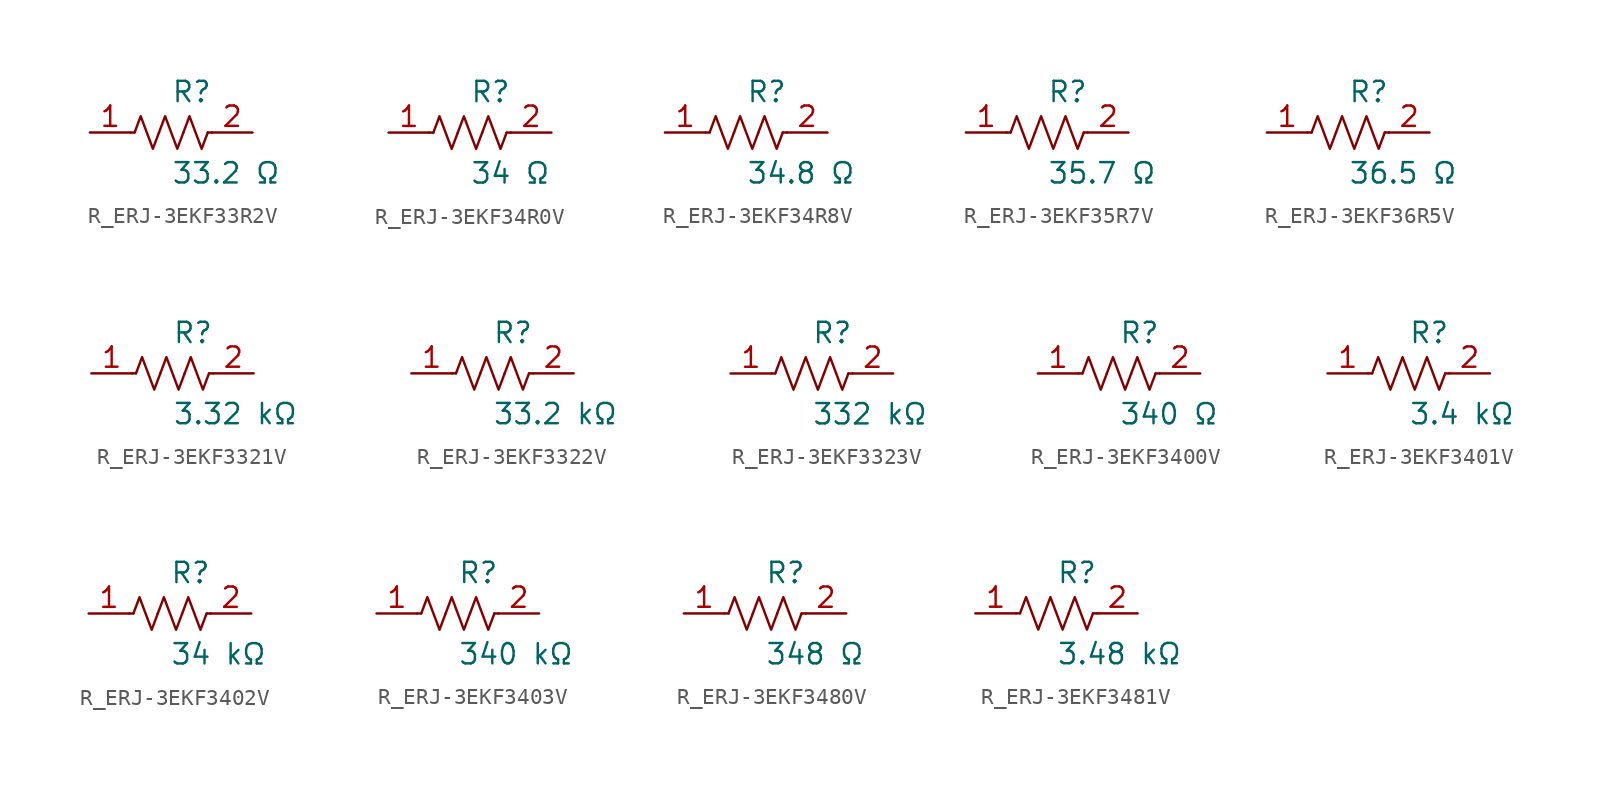
<source format=kicad_sym>
(kicad_symbol_lib
  (version 20231120)
  (generator "kicad_symbol_editor")
  (generator_version "8.0")
  (symbol "R_ERJ-3EKF33R2V"
    (pin_names
      (offset 0.254))
    (property "Reference" "R"
      (at 0 2.54 0)
      (effects (font (size 1.27 1.27)) (justify left)))
    (property "Value" "33.2 Ω"
      (at 0 -2.54 0)
      (effects (font (size 1.27 1.27)) (justify left)))
    (symbol "R_ERJ-3EKF33R2V_0_1"
      (polyline (pts (xy 2.286 0) (xy 2.54 0)) (stroke (width 0) (type default)) (fill (type none)))
      (polyline (pts (xy -2.286 0) (xy -2.54 0)) (stroke (width 0) (type default)) (fill (type none)))
      (polyline (pts (xy 0.762 0) (xy 1.143 1.016) (xy 1.524 0) (xy 1.905 -1.016) (xy 2.286 0)) (stroke (width 0) (type default)) (fill (type none)))
      (polyline (pts (xy -0.762 0) (xy -0.381 1.016) (xy 0 0) (xy 0.381 -1.016) (xy 0.762 0)) (stroke (width 0) (type default)) (fill (type none)))
      (polyline (pts (xy -2.286 0) (xy -1.905 1.016) (xy -1.524 0) (xy -1.143 -1.016) (xy -0.762 0)) (stroke (width 0) (type default)) (fill (type none))))
    (pin unspecified line
      (at -5.08 0 0)
      (length 2.54)
      (name "" (effects (font (size 1.27 1.27))))
      (number "1" (effects (font (size 1.27 1.27)))))
    (pin unspecified line
      (at 5.08 0 180)
      (length 2.54)
      (name "" (effects (font (size 1.27 1.27))))
      (number "2" (effects (font (size 1.27 1.27))))))
  (symbol "R_ERJ-3EKF34R0V"
    (pin_names
      (offset 0.254))
    (property "Reference" "R"
      (at 0 2.54 0)
      (effects (font (size 1.27 1.27)) (justify left)))
    (property "Value" "34 Ω"
      (at 0 -2.54 0)
      (effects (font (size 1.27 1.27)) (justify left)))
    (symbol "R_ERJ-3EKF34R0V_0_1"
      (polyline (pts (xy 2.286 0) (xy 2.54 0)) (stroke (width 0) (type default)) (fill (type none)))
      (polyline (pts (xy -2.286 0) (xy -2.54 0)) (stroke (width 0) (type default)) (fill (type none)))
      (polyline (pts (xy 0.762 0) (xy 1.143 1.016) (xy 1.524 0) (xy 1.905 -1.016) (xy 2.286 0)) (stroke (width 0) (type default)) (fill (type none)))
      (polyline (pts (xy -0.762 0) (xy -0.381 1.016) (xy 0 0) (xy 0.381 -1.016) (xy 0.762 0)) (stroke (width 0) (type default)) (fill (type none)))
      (polyline (pts (xy -2.286 0) (xy -1.905 1.016) (xy -1.524 0) (xy -1.143 -1.016) (xy -0.762 0)) (stroke (width 0) (type default)) (fill (type none))))
    (pin unspecified line
      (at -5.08 0 0)
      (length 2.54)
      (name "" (effects (font (size 1.27 1.27))))
      (number "1" (effects (font (size 1.27 1.27)))))
    (pin unspecified line
      (at 5.08 0 180)
      (length 2.54)
      (name "" (effects (font (size 1.27 1.27))))
      (number "2" (effects (font (size 1.27 1.27))))))
  (symbol "R_ERJ-3EKF34R8V"
    (pin_names
      (offset 0.254))
    (property "Reference" "R"
      (at 0 2.54 0)
      (effects (font (size 1.27 1.27)) (justify left)))
    (property "Value" "34.8 Ω"
      (at 0 -2.54 0)
      (effects (font (size 1.27 1.27)) (justify left)))
    (symbol "R_ERJ-3EKF34R8V_0_1"
      (polyline (pts (xy 2.286 0) (xy 2.54 0)) (stroke (width 0) (type default)) (fill (type none)))
      (polyline (pts (xy -2.286 0) (xy -2.54 0)) (stroke (width 0) (type default)) (fill (type none)))
      (polyline (pts (xy 0.762 0) (xy 1.143 1.016) (xy 1.524 0) (xy 1.905 -1.016) (xy 2.286 0)) (stroke (width 0) (type default)) (fill (type none)))
      (polyline (pts (xy -0.762 0) (xy -0.381 1.016) (xy 0 0) (xy 0.381 -1.016) (xy 0.762 0)) (stroke (width 0) (type default)) (fill (type none)))
      (polyline (pts (xy -2.286 0) (xy -1.905 1.016) (xy -1.524 0) (xy -1.143 -1.016) (xy -0.762 0)) (stroke (width 0) (type default)) (fill (type none))))
    (pin unspecified line
      (at -5.08 0 0)
      (length 2.54)
      (name "" (effects (font (size 1.27 1.27))))
      (number "1" (effects (font (size 1.27 1.27)))))
    (pin unspecified line
      (at 5.08 0 180)
      (length 2.54)
      (name "" (effects (font (size 1.27 1.27))))
      (number "2" (effects (font (size 1.27 1.27))))))
  (symbol "R_ERJ-3EKF35R7V"
    (pin_names
      (offset 0.254))
    (property "Reference" "R"
      (at 0 2.54 0)
      (effects (font (size 1.27 1.27)) (justify left)))
    (property "Value" "35.7 Ω"
      (at 0 -2.54 0)
      (effects (font (size 1.27 1.27)) (justify left)))
    (symbol "R_ERJ-3EKF35R7V_0_1"
      (polyline (pts (xy 2.286 0) (xy 2.54 0)) (stroke (width 0) (type default)) (fill (type none)))
      (polyline (pts (xy -2.286 0) (xy -2.54 0)) (stroke (width 0) (type default)) (fill (type none)))
      (polyline (pts (xy 0.762 0) (xy 1.143 1.016) (xy 1.524 0) (xy 1.905 -1.016) (xy 2.286 0)) (stroke (width 0) (type default)) (fill (type none)))
      (polyline (pts (xy -0.762 0) (xy -0.381 1.016) (xy 0 0) (xy 0.381 -1.016) (xy 0.762 0)) (stroke (width 0) (type default)) (fill (type none)))
      (polyline (pts (xy -2.286 0) (xy -1.905 1.016) (xy -1.524 0) (xy -1.143 -1.016) (xy -0.762 0)) (stroke (width 0) (type default)) (fill (type none))))
    (pin unspecified line
      (at -5.08 0 0)
      (length 2.54)
      (name "" (effects (font (size 1.27 1.27))))
      (number "1" (effects (font (size 1.27 1.27)))))
    (pin unspecified line
      (at 5.08 0 180)
      (length 2.54)
      (name "" (effects (font (size 1.27 1.27))))
      (number "2" (effects (font (size 1.27 1.27))))))
  (symbol "R_ERJ-3EKF36R5V"
    (pin_names
      (offset 0.254))
    (property "Reference" "R"
      (at 0 2.54 0)
      (effects (font (size 1.27 1.27)) (justify left)))
    (property "Value" "36.5 Ω"
      (at 0 -2.54 0)
      (effects (font (size 1.27 1.27)) (justify left)))
    (symbol "R_ERJ-3EKF36R5V_0_1"
      (polyline (pts (xy 2.286 0) (xy 2.54 0)) (stroke (width 0) (type default)) (fill (type none)))
      (polyline (pts (xy -2.286 0) (xy -2.54 0)) (stroke (width 0) (type default)) (fill (type none)))
      (polyline (pts (xy 0.762 0) (xy 1.143 1.016) (xy 1.524 0) (xy 1.905 -1.016) (xy 2.286 0)) (stroke (width 0) (type default)) (fill (type none)))
      (polyline (pts (xy -0.762 0) (xy -0.381 1.016) (xy 0 0) (xy 0.381 -1.016) (xy 0.762 0)) (stroke (width 0) (type default)) (fill (type none)))
      (polyline (pts (xy -2.286 0) (xy -1.905 1.016) (xy -1.524 0) (xy -1.143 -1.016) (xy -0.762 0)) (stroke (width 0) (type default)) (fill (type none))))
    (pin unspecified line
      (at -5.08 0 0)
      (length 2.54)
      (name "" (effects (font (size 1.27 1.27))))
      (number "1" (effects (font (size 1.27 1.27)))))
    (pin unspecified line
      (at 5.08 0 180)
      (length 2.54)
      (name "" (effects (font (size 1.27 1.27))))
      (number "2" (effects (font (size 1.27 1.27))))))
  (symbol "R_ERJ-3EKF3321V"
    (pin_names
      (offset 0.254))
    (property "Reference" "R"
      (at 0 2.54 0)
      (effects (font (size 1.27 1.27)) (justify left)))
    (property "Value" "3.32 kΩ"
      (at 0 -2.54 0)
      (effects (font (size 1.27 1.27)) (justify left)))
    (symbol "R_ERJ-3EKF3321V_0_1"
      (polyline (pts (xy 2.286 0) (xy 2.54 0)) (stroke (width 0) (type default)) (fill (type none)))
      (polyline (pts (xy -2.286 0) (xy -2.54 0)) (stroke (width 0) (type default)) (fill (type none)))
      (polyline (pts (xy 0.762 0) (xy 1.143 1.016) (xy 1.524 0) (xy 1.905 -1.016) (xy 2.286 0)) (stroke (width 0) (type default)) (fill (type none)))
      (polyline (pts (xy -0.762 0) (xy -0.381 1.016) (xy 0 0) (xy 0.381 -1.016) (xy 0.762 0)) (stroke (width 0) (type default)) (fill (type none)))
      (polyline (pts (xy -2.286 0) (xy -1.905 1.016) (xy -1.524 0) (xy -1.143 -1.016) (xy -0.762 0)) (stroke (width 0) (type default)) (fill (type none))))
    (pin unspecified line
      (at -5.08 0 0)
      (length 2.54)
      (name "" (effects (font (size 1.27 1.27))))
      (number "1" (effects (font (size 1.27 1.27)))))
    (pin unspecified line
      (at 5.08 0 180)
      (length 2.54)
      (name "" (effects (font (size 1.27 1.27))))
      (number "2" (effects (font (size 1.27 1.27))))))
  (symbol "R_ERJ-3EKF3322V"
    (pin_names
      (offset 0.254))
    (property "Reference" "R"
      (at 0 2.54 0)
      (effects (font (size 1.27 1.27)) (justify left)))
    (property "Value" "33.2 kΩ"
      (at 0 -2.54 0)
      (effects (font (size 1.27 1.27)) (justify left)))
    (symbol "R_ERJ-3EKF3322V_0_1"
      (polyline (pts (xy 2.286 0) (xy 2.54 0)) (stroke (width 0) (type default)) (fill (type none)))
      (polyline (pts (xy -2.286 0) (xy -2.54 0)) (stroke (width 0) (type default)) (fill (type none)))
      (polyline (pts (xy 0.762 0) (xy 1.143 1.016) (xy 1.524 0) (xy 1.905 -1.016) (xy 2.286 0)) (stroke (width 0) (type default)) (fill (type none)))
      (polyline (pts (xy -0.762 0) (xy -0.381 1.016) (xy 0 0) (xy 0.381 -1.016) (xy 0.762 0)) (stroke (width 0) (type default)) (fill (type none)))
      (polyline (pts (xy -2.286 0) (xy -1.905 1.016) (xy -1.524 0) (xy -1.143 -1.016) (xy -0.762 0)) (stroke (width 0) (type default)) (fill (type none))))
    (pin unspecified line
      (at -5.08 0 0)
      (length 2.54)
      (name "" (effects (font (size 1.27 1.27))))
      (number "1" (effects (font (size 1.27 1.27)))))
    (pin unspecified line
      (at 5.08 0 180)
      (length 2.54)
      (name "" (effects (font (size 1.27 1.27))))
      (number "2" (effects (font (size 1.27 1.27))))))
  (symbol "R_ERJ-3EKF3323V"
    (pin_names
      (offset 0.254))
    (property "Reference" "R"
      (at 0 2.54 0)
      (effects (font (size 1.27 1.27)) (justify left)))
    (property "Value" "332 kΩ"
      (at 0 -2.54 0)
      (effects (font (size 1.27 1.27)) (justify left)))
    (symbol "R_ERJ-3EKF3323V_0_1"
      (polyline (pts (xy 2.286 0) (xy 2.54 0)) (stroke (width 0) (type default)) (fill (type none)))
      (polyline (pts (xy -2.286 0) (xy -2.54 0)) (stroke (width 0) (type default)) (fill (type none)))
      (polyline (pts (xy 0.762 0) (xy 1.143 1.016) (xy 1.524 0) (xy 1.905 -1.016) (xy 2.286 0)) (stroke (width 0) (type default)) (fill (type none)))
      (polyline (pts (xy -0.762 0) (xy -0.381 1.016) (xy 0 0) (xy 0.381 -1.016) (xy 0.762 0)) (stroke (width 0) (type default)) (fill (type none)))
      (polyline (pts (xy -2.286 0) (xy -1.905 1.016) (xy -1.524 0) (xy -1.143 -1.016) (xy -0.762 0)) (stroke (width 0) (type default)) (fill (type none))))
    (pin unspecified line
      (at -5.08 0 0)
      (length 2.54)
      (name "" (effects (font (size 1.27 1.27))))
      (number "1" (effects (font (size 1.27 1.27)))))
    (pin unspecified line
      (at 5.08 0 180)
      (length 2.54)
      (name "" (effects (font (size 1.27 1.27))))
      (number "2" (effects (font (size 1.27 1.27))))))
  (symbol "R_ERJ-3EKF3400V"
    (pin_names
      (offset 0.254))
    (property "Reference" "R"
      (at 0 2.54 0)
      (effects (font (size 1.27 1.27)) (justify left)))
    (property "Value" "340 Ω"
      (at 0 -2.54 0)
      (effects (font (size 1.27 1.27)) (justify left)))
    (symbol "R_ERJ-3EKF3400V_0_1"
      (polyline (pts (xy 2.286 0) (xy 2.54 0)) (stroke (width 0) (type default)) (fill (type none)))
      (polyline (pts (xy -2.286 0) (xy -2.54 0)) (stroke (width 0) (type default)) (fill (type none)))
      (polyline (pts (xy 0.762 0) (xy 1.143 1.016) (xy 1.524 0) (xy 1.905 -1.016) (xy 2.286 0)) (stroke (width 0) (type default)) (fill (type none)))
      (polyline (pts (xy -0.762 0) (xy -0.381 1.016) (xy 0 0) (xy 0.381 -1.016) (xy 0.762 0)) (stroke (width 0) (type default)) (fill (type none)))
      (polyline (pts (xy -2.286 0) (xy -1.905 1.016) (xy -1.524 0) (xy -1.143 -1.016) (xy -0.762 0)) (stroke (width 0) (type default)) (fill (type none))))
    (pin unspecified line
      (at -5.08 0 0)
      (length 2.54)
      (name "" (effects (font (size 1.27 1.27))))
      (number "1" (effects (font (size 1.27 1.27)))))
    (pin unspecified line
      (at 5.08 0 180)
      (length 2.54)
      (name "" (effects (font (size 1.27 1.27))))
      (number "2" (effects (font (size 1.27 1.27))))))
  (symbol "R_ERJ-3EKF3401V"
    (pin_names
      (offset 0.254))
    (property "Reference" "R"
      (at 0 2.54 0)
      (effects (font (size 1.27 1.27)) (justify left)))
    (property "Value" "3.4 kΩ"
      (at 0 -2.54 0)
      (effects (font (size 1.27 1.27)) (justify left)))
    (symbol "R_ERJ-3EKF3401V_0_1"
      (polyline (pts (xy 2.286 0) (xy 2.54 0)) (stroke (width 0) (type default)) (fill (type none)))
      (polyline (pts (xy -2.286 0) (xy -2.54 0)) (stroke (width 0) (type default)) (fill (type none)))
      (polyline (pts (xy 0.762 0) (xy 1.143 1.016) (xy 1.524 0) (xy 1.905 -1.016) (xy 2.286 0)) (stroke (width 0) (type default)) (fill (type none)))
      (polyline (pts (xy -0.762 0) (xy -0.381 1.016) (xy 0 0) (xy 0.381 -1.016) (xy 0.762 0)) (stroke (width 0) (type default)) (fill (type none)))
      (polyline (pts (xy -2.286 0) (xy -1.905 1.016) (xy -1.524 0) (xy -1.143 -1.016) (xy -0.762 0)) (stroke (width 0) (type default)) (fill (type none))))
    (pin unspecified line
      (at -5.08 0 0)
      (length 2.54)
      (name "" (effects (font (size 1.27 1.27))))
      (number "1" (effects (font (size 1.27 1.27)))))
    (pin unspecified line
      (at 5.08 0 180)
      (length 2.54)
      (name "" (effects (font (size 1.27 1.27))))
      (number "2" (effects (font (size 1.27 1.27))))))
  (symbol "R_ERJ-3EKF3402V"
    (pin_names
      (offset 0.254))
    (property "Reference" "R"
      (at 0 2.54 0)
      (effects (font (size 1.27 1.27)) (justify left)))
    (property "Value" "34 kΩ"
      (at 0 -2.54 0)
      (effects (font (size 1.27 1.27)) (justify left)))
    (symbol "R_ERJ-3EKF3402V_0_1"
      (polyline (pts (xy 2.286 0) (xy 2.54 0)) (stroke (width 0) (type default)) (fill (type none)))
      (polyline (pts (xy -2.286 0) (xy -2.54 0)) (stroke (width 0) (type default)) (fill (type none)))
      (polyline (pts (xy 0.762 0) (xy 1.143 1.016) (xy 1.524 0) (xy 1.905 -1.016) (xy 2.286 0)) (stroke (width 0) (type default)) (fill (type none)))
      (polyline (pts (xy -0.762 0) (xy -0.381 1.016) (xy 0 0) (xy 0.381 -1.016) (xy 0.762 0)) (stroke (width 0) (type default)) (fill (type none)))
      (polyline (pts (xy -2.286 0) (xy -1.905 1.016) (xy -1.524 0) (xy -1.143 -1.016) (xy -0.762 0)) (stroke (width 0) (type default)) (fill (type none))))
    (pin unspecified line
      (at -5.08 0 0)
      (length 2.54)
      (name "" (effects (font (size 1.27 1.27))))
      (number "1" (effects (font (size 1.27 1.27)))))
    (pin unspecified line
      (at 5.08 0 180)
      (length 2.54)
      (name "" (effects (font (size 1.27 1.27))))
      (number "2" (effects (font (size 1.27 1.27))))))
  (symbol "R_ERJ-3EKF3403V"
    (pin_names
      (offset 0.254))
    (property "Reference" "R"
      (at 0 2.54 0)
      (effects (font (size 1.27 1.27)) (justify left)))
    (property "Value" "340 kΩ"
      (at 0 -2.54 0)
      (effects (font (size 1.27 1.27)) (justify left)))
    (symbol "R_ERJ-3EKF3403V_0_1"
      (polyline (pts (xy 2.286 0) (xy 2.54 0)) (stroke (width 0) (type default)) (fill (type none)))
      (polyline (pts (xy -2.286 0) (xy -2.54 0)) (stroke (width 0) (type default)) (fill (type none)))
      (polyline (pts (xy 0.762 0) (xy 1.143 1.016) (xy 1.524 0) (xy 1.905 -1.016) (xy 2.286 0)) (stroke (width 0) (type default)) (fill (type none)))
      (polyline (pts (xy -0.762 0) (xy -0.381 1.016) (xy 0 0) (xy 0.381 -1.016) (xy 0.762 0)) (stroke (width 0) (type default)) (fill (type none)))
      (polyline (pts (xy -2.286 0) (xy -1.905 1.016) (xy -1.524 0) (xy -1.143 -1.016) (xy -0.762 0)) (stroke (width 0) (type default)) (fill (type none))))
    (pin unspecified line
      (at -5.08 0 0)
      (length 2.54)
      (name "" (effects (font (size 1.27 1.27))))
      (number "1" (effects (font (size 1.27 1.27)))))
    (pin unspecified line
      (at 5.08 0 180)
      (length 2.54)
      (name "" (effects (font (size 1.27 1.27))))
      (number "2" (effects (font (size 1.27 1.27))))))
  (symbol "R_ERJ-3EKF3480V"
    (pin_names
      (offset 0.254))
    (property "Reference" "R"
      (at 0 2.54 0)
      (effects (font (size 1.27 1.27)) (justify left)))
    (property "Value" "348 Ω"
      (at 0 -2.54 0)
      (effects (font (size 1.27 1.27)) (justify left)))
    (symbol "R_ERJ-3EKF3480V_0_1"
      (polyline (pts (xy 2.286 0) (xy 2.54 0)) (stroke (width 0) (type default)) (fill (type none)))
      (polyline (pts (xy -2.286 0) (xy -2.54 0)) (stroke (width 0) (type default)) (fill (type none)))
      (polyline (pts (xy 0.762 0) (xy 1.143 1.016) (xy 1.524 0) (xy 1.905 -1.016) (xy 2.286 0)) (stroke (width 0) (type default)) (fill (type none)))
      (polyline (pts (xy -0.762 0) (xy -0.381 1.016) (xy 0 0) (xy 0.381 -1.016) (xy 0.762 0)) (stroke (width 0) (type default)) (fill (type none)))
      (polyline (pts (xy -2.286 0) (xy -1.905 1.016) (xy -1.524 0) (xy -1.143 -1.016) (xy -0.762 0)) (stroke (width 0) (type default)) (fill (type none))))
    (pin unspecified line
      (at -5.08 0 0)
      (length 2.54)
      (name "" (effects (font (size 1.27 1.27))))
      (number "1" (effects (font (size 1.27 1.27)))))
    (pin unspecified line
      (at 5.08 0 180)
      (length 2.54)
      (name "" (effects (font (size 1.27 1.27))))
      (number "2" (effects (font (size 1.27 1.27))))))
  (symbol "R_ERJ-3EKF3481V"
    (pin_names
      (offset 0.254))
    (property "Reference" "R"
      (at 0 2.54 0)
      (effects (font (size 1.27 1.27)) (justify left)))
    (property "Value" "3.48 kΩ"
      (at 0 -2.54 0)
      (effects (font (size 1.27 1.27)) (justify left)))
    (symbol "R_ERJ-3EKF3481V_0_1"
      (polyline (pts (xy 2.286 0) (xy 2.54 0)) (stroke (width 0) (type default)) (fill (type none)))
      (polyline (pts (xy -2.286 0) (xy -2.54 0)) (stroke (width 0) (type default)) (fill (type none)))
      (polyline (pts (xy 0.762 0) (xy 1.143 1.016) (xy 1.524 0) (xy 1.905 -1.016) (xy 2.286 0)) (stroke (width 0) (type default)) (fill (type none)))
      (polyline (pts (xy -0.762 0) (xy -0.381 1.016) (xy 0 0) (xy 0.381 -1.016) (xy 0.762 0)) (stroke (width 0) (type default)) (fill (type none)))
      (polyline (pts (xy -2.286 0) (xy -1.905 1.016) (xy -1.524 0) (xy -1.143 -1.016) (xy -0.762 0)) (stroke (width 0) (type default)) (fill (type none))))
    (pin unspecified line
      (at -5.08 0 0)
      (length 2.54)
      (name "" (effects (font (size 1.27 1.27))))
      (number "1" (effects (font (size 1.27 1.27)))))
    (pin unspecified line
      (at 5.08 0 180)
      (length 2.54)
      (name "" (effects (font (size 1.27 1.27))))
      (number "2" (effects (font (size 1.27 1.27)))))))
</source>
